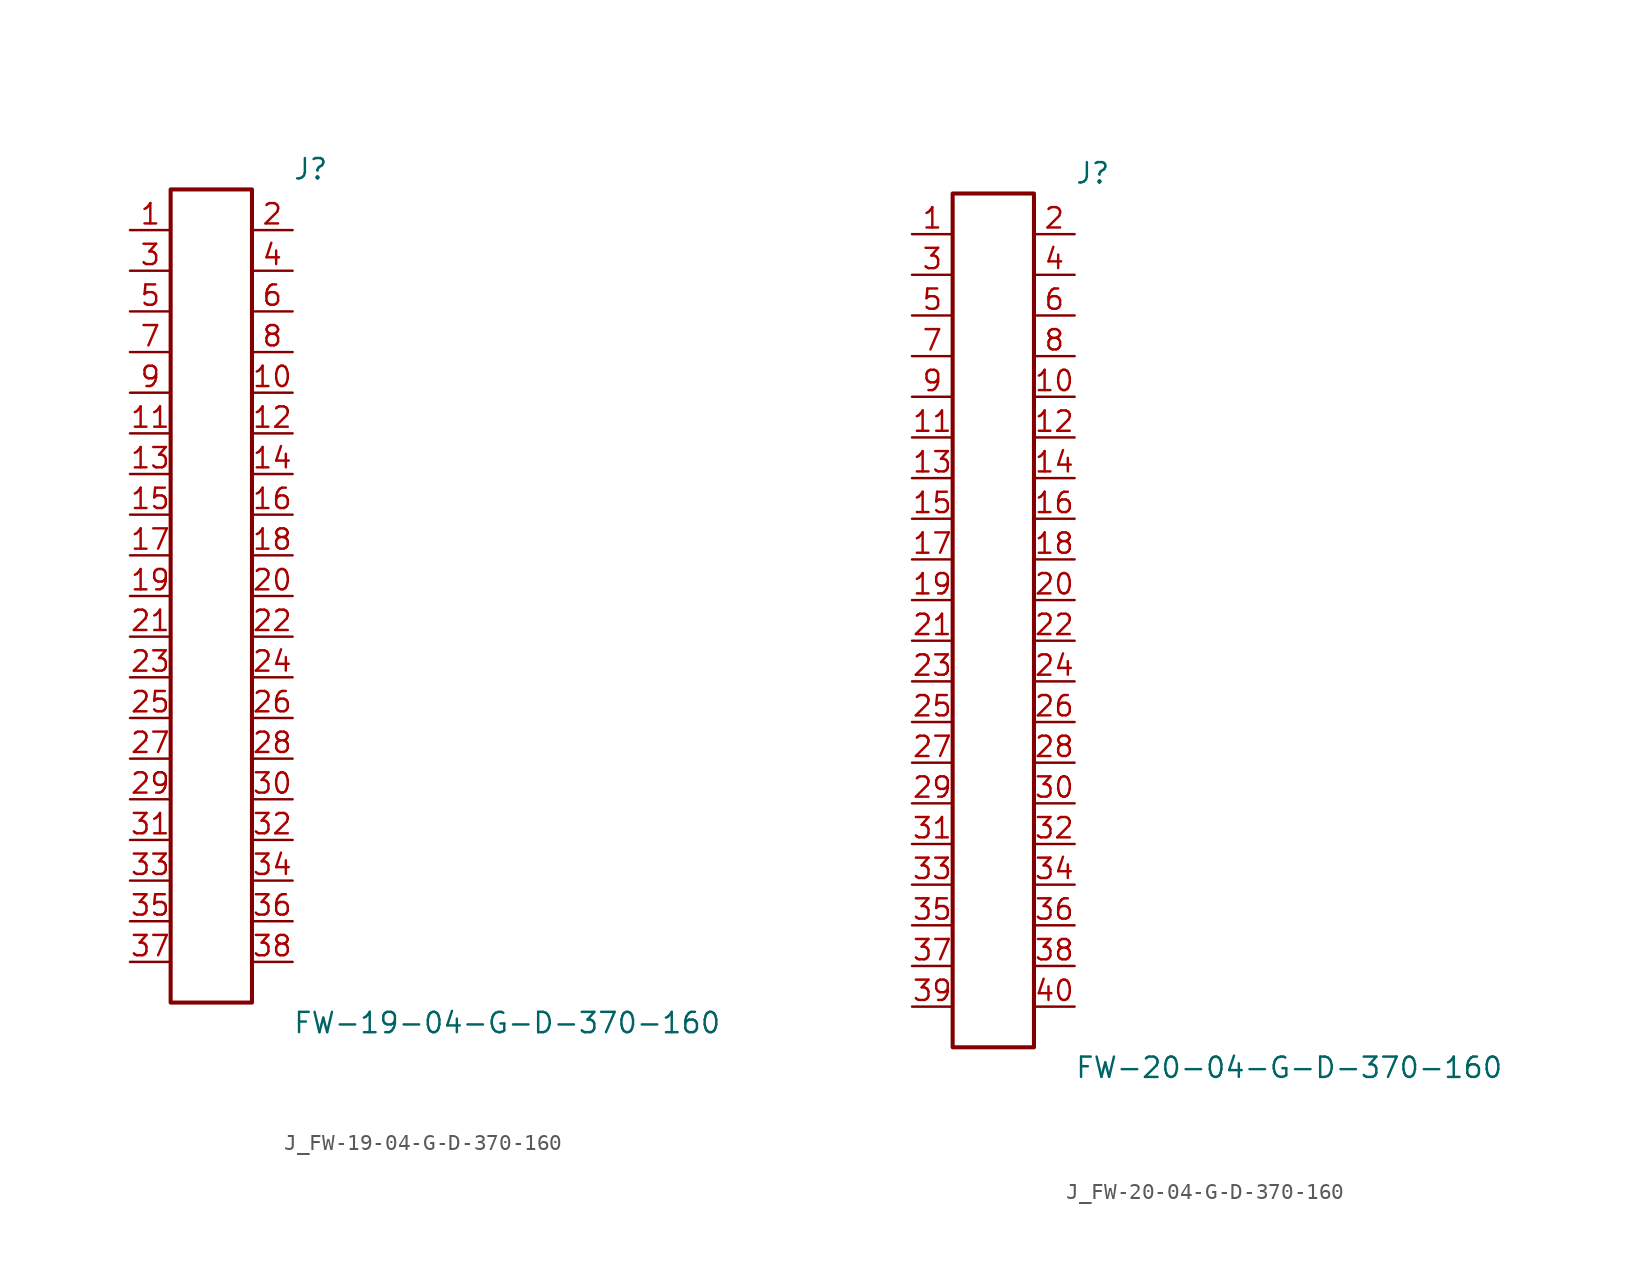
<source format=kicad_sym>
(kicad_symbol_lib
  (version 20231120)
  (generator kicad_symbol_editor)
  (generator_version 8.0)
  (symbol "J_FW-19-04-G-D-370-160"
    (pin_names
      (offset 0.254))
    (property "Reference" "J"
      (at 5.08 26.67 0)
      (effects (font (size 1.27 1.27)) (justify left)))
    (property "Value" "FW-19-04-G-D-370-160"
      (at 5.08 -26.67 0)
      (effects (font (size 1.27 1.27)) (justify left)))
    (symbol "J_FW-19-04-G-D-370-160_0_0"
      (pin unspecified line (at -5.08 22.86 0) (length 2.54) (name "" (effects (font (size 1.27 1.27)))) (number "1" (effects (font (size 1.27 1.27)))))
      (pin unspecified line (at 5.08 22.86 180) (length 2.54) (name "" (effects (font (size 1.27 1.27)))) (number "2" (effects (font (size 1.27 1.27)))))
      (pin unspecified line (at -5.08 20.32 0) (length 2.54) (name "" (effects (font (size 1.27 1.27)))) (number "3" (effects (font (size 1.27 1.27)))))
      (pin unspecified line (at 5.08 20.32 180) (length 2.54) (name "" (effects (font (size 1.27 1.27)))) (number "4" (effects (font (size 1.27 1.27)))))
      (pin unspecified line (at -5.08 17.78 0) (length 2.54) (name "" (effects (font (size 1.27 1.27)))) (number "5" (effects (font (size 1.27 1.27)))))
      (pin unspecified line (at 5.08 17.78 180) (length 2.54) (name "" (effects (font (size 1.27 1.27)))) (number "6" (effects (font (size 1.27 1.27)))))
      (pin unspecified line (at -5.08 15.24 0) (length 2.54) (name "" (effects (font (size 1.27 1.27)))) (number "7" (effects (font (size 1.27 1.27)))))
      (pin unspecified line (at 5.08 15.24 180) (length 2.54) (name "" (effects (font (size 1.27 1.27)))) (number "8" (effects (font (size 1.27 1.27)))))
      (pin unspecified line (at -5.08 12.7 0) (length 2.54) (name "" (effects (font (size 1.27 1.27)))) (number "9" (effects (font (size 1.27 1.27)))))
      (pin unspecified line (at 5.08 12.7 180) (length 2.54) (name "" (effects (font (size 1.27 1.27)))) (number "10" (effects (font (size 1.27 1.27)))))
      (pin unspecified line (at -5.08 10.16 0) (length 2.54) (name "" (effects (font (size 1.27 1.27)))) (number "11" (effects (font (size 1.27 1.27)))))
      (pin unspecified line (at 5.08 10.16 180) (length 2.54) (name "" (effects (font (size 1.27 1.27)))) (number "12" (effects (font (size 1.27 1.27)))))
      (pin unspecified line (at -5.08 7.62 0) (length 2.54) (name "" (effects (font (size 1.27 1.27)))) (number "13" (effects (font (size 1.27 1.27)))))
      (pin unspecified line (at 5.08 7.62 180) (length 2.54) (name "" (effects (font (size 1.27 1.27)))) (number "14" (effects (font (size 1.27 1.27)))))
      (pin unspecified line (at -5.08 5.08 0) (length 2.54) (name "" (effects (font (size 1.27 1.27)))) (number "15" (effects (font (size 1.27 1.27)))))
      (pin unspecified line (at 5.08 5.08 180) (length 2.54) (name "" (effects (font (size 1.27 1.27)))) (number "16" (effects (font (size 1.27 1.27)))))
      (pin unspecified line (at -5.08 2.54 0) (length 2.54) (name "" (effects (font (size 1.27 1.27)))) (number "17" (effects (font (size 1.27 1.27)))))
      (pin unspecified line (at 5.08 2.54 180) (length 2.54) (name "" (effects (font (size 1.27 1.27)))) (number "18" (effects (font (size 1.27 1.27)))))
      (pin unspecified line (at -5.08 0.0 0) (length 2.54) (name "" (effects (font (size 1.27 1.27)))) (number "19" (effects (font (size 1.27 1.27)))))
      (pin unspecified line (at 5.08 0.0 180) (length 2.54) (name "" (effects (font (size 1.27 1.27)))) (number "20" (effects (font (size 1.27 1.27)))))
      (pin unspecified line (at -5.08 -2.54 0) (length 2.54) (name "" (effects (font (size 1.27 1.27)))) (number "21" (effects (font (size 1.27 1.27)))))
      (pin unspecified line (at 5.08 -2.54 180) (length 2.54) (name "" (effects (font (size 1.27 1.27)))) (number "22" (effects (font (size 1.27 1.27)))))
      (pin unspecified line (at -5.08 -5.08 0) (length 2.54) (name "" (effects (font (size 1.27 1.27)))) (number "23" (effects (font (size 1.27 1.27)))))
      (pin unspecified line (at 5.08 -5.08 180) (length 2.54) (name "" (effects (font (size 1.27 1.27)))) (number "24" (effects (font (size 1.27 1.27)))))
      (pin unspecified line (at -5.08 -7.62 0) (length 2.54) (name "" (effects (font (size 1.27 1.27)))) (number "25" (effects (font (size 1.27 1.27)))))
      (pin unspecified line (at 5.08 -7.62 180) (length 2.54) (name "" (effects (font (size 1.27 1.27)))) (number "26" (effects (font (size 1.27 1.27)))))
      (pin unspecified line (at -5.08 -10.16 0) (length 2.54) (name "" (effects (font (size 1.27 1.27)))) (number "27" (effects (font (size 1.27 1.27)))))
      (pin unspecified line (at 5.08 -10.16 180) (length 2.54) (name "" (effects (font (size 1.27 1.27)))) (number "28" (effects (font (size 1.27 1.27)))))
      (pin unspecified line (at -5.08 -12.7 0) (length 2.54) (name "" (effects (font (size 1.27 1.27)))) (number "29" (effects (font (size 1.27 1.27)))))
      (pin unspecified line (at 5.08 -12.7 180) (length 2.54) (name "" (effects (font (size 1.27 1.27)))) (number "30" (effects (font (size 1.27 1.27)))))
      (pin unspecified line (at -5.08 -15.24 0) (length 2.54) (name "" (effects (font (size 1.27 1.27)))) (number "31" (effects (font (size 1.27 1.27)))))
      (pin unspecified line (at 5.08 -15.24 180) (length 2.54) (name "" (effects (font (size 1.27 1.27)))) (number "32" (effects (font (size 1.27 1.27)))))
      (pin unspecified line (at -5.08 -17.78 0) (length 2.54) (name "" (effects (font (size 1.27 1.27)))) (number "33" (effects (font (size 1.27 1.27)))))
      (pin unspecified line (at 5.08 -17.78 180) (length 2.54) (name "" (effects (font (size 1.27 1.27)))) (number "34" (effects (font (size 1.27 1.27)))))
      (pin unspecified line (at -5.08 -20.32 0) (length 2.54) (name "" (effects (font (size 1.27 1.27)))) (number "35" (effects (font (size 1.27 1.27)))))
      (pin unspecified line (at 5.08 -20.32 180) (length 2.54) (name "" (effects (font (size 1.27 1.27)))) (number "36" (effects (font (size 1.27 1.27)))))
      (pin unspecified line (at -5.08 -22.86 0) (length 2.54) (name "" (effects (font (size 1.27 1.27)))) (number "37" (effects (font (size 1.27 1.27)))))
      (pin unspecified line (at 5.08 -22.86 180) (length 2.54) (name "" (effects (font (size 1.27 1.27)))) (number "38" (effects (font (size 1.27 1.27))))))
    (symbol "J_FW-19-04-G-D-370-160_1_0"
      (rectangle (start -2.54 25.4) (end 2.54 -25.4) (stroke (width 0.254) (type solid)) (fill (type none)))))
  (symbol "J_FW-20-04-G-D-370-160"
    (pin_names
      (offset 0.254))
    (property "Reference" "J"
      (at 5.08 27.94 0)
      (effects (font (size 1.27 1.27)) (justify left)))
    (property "Value" "FW-20-04-G-D-370-160"
      (at 5.08 -27.94 0)
      (effects (font (size 1.27 1.27)) (justify left)))
    (symbol "J_FW-20-04-G-D-370-160_0_0"
      (pin unspecified line (at -5.08 24.13 0) (length 2.54) (name "" (effects (font (size 1.27 1.27)))) (number "1" (effects (font (size 1.27 1.27)))))
      (pin unspecified line (at 5.08 24.13 180) (length 2.54) (name "" (effects (font (size 1.27 1.27)))) (number "2" (effects (font (size 1.27 1.27)))))
      (pin unspecified line (at -5.08 21.59 0) (length 2.54) (name "" (effects (font (size 1.27 1.27)))) (number "3" (effects (font (size 1.27 1.27)))))
      (pin unspecified line (at 5.08 21.59 180) (length 2.54) (name "" (effects (font (size 1.27 1.27)))) (number "4" (effects (font (size 1.27 1.27)))))
      (pin unspecified line (at -5.08 19.05 0) (length 2.54) (name "" (effects (font (size 1.27 1.27)))) (number "5" (effects (font (size 1.27 1.27)))))
      (pin unspecified line (at 5.08 19.05 180) (length 2.54) (name "" (effects (font (size 1.27 1.27)))) (number "6" (effects (font (size 1.27 1.27)))))
      (pin unspecified line (at -5.08 16.51 0) (length 2.54) (name "" (effects (font (size 1.27 1.27)))) (number "7" (effects (font (size 1.27 1.27)))))
      (pin unspecified line (at 5.08 16.51 180) (length 2.54) (name "" (effects (font (size 1.27 1.27)))) (number "8" (effects (font (size 1.27 1.27)))))
      (pin unspecified line (at -5.08 13.97 0) (length 2.54) (name "" (effects (font (size 1.27 1.27)))) (number "9" (effects (font (size 1.27 1.27)))))
      (pin unspecified line (at 5.08 13.97 180) (length 2.54) (name "" (effects (font (size 1.27 1.27)))) (number "10" (effects (font (size 1.27 1.27)))))
      (pin unspecified line (at -5.08 11.43 0) (length 2.54) (name "" (effects (font (size 1.27 1.27)))) (number "11" (effects (font (size 1.27 1.27)))))
      (pin unspecified line (at 5.08 11.43 180) (length 2.54) (name "" (effects (font (size 1.27 1.27)))) (number "12" (effects (font (size 1.27 1.27)))))
      (pin unspecified line (at -5.08 8.89 0) (length 2.54) (name "" (effects (font (size 1.27 1.27)))) (number "13" (effects (font (size 1.27 1.27)))))
      (pin unspecified line (at 5.08 8.89 180) (length 2.54) (name "" (effects (font (size 1.27 1.27)))) (number "14" (effects (font (size 1.27 1.27)))))
      (pin unspecified line (at -5.08 6.35 0) (length 2.54) (name "" (effects (font (size 1.27 1.27)))) (number "15" (effects (font (size 1.27 1.27)))))
      (pin unspecified line (at 5.08 6.35 180) (length 2.54) (name "" (effects (font (size 1.27 1.27)))) (number "16" (effects (font (size 1.27 1.27)))))
      (pin unspecified line (at -5.08 3.81 0) (length 2.54) (name "" (effects (font (size 1.27 1.27)))) (number "17" (effects (font (size 1.27 1.27)))))
      (pin unspecified line (at 5.08 3.81 180) (length 2.54) (name "" (effects (font (size 1.27 1.27)))) (number "18" (effects (font (size 1.27 1.27)))))
      (pin unspecified line (at -5.08 1.27 0) (length 2.54) (name "" (effects (font (size 1.27 1.27)))) (number "19" (effects (font (size 1.27 1.27)))))
      (pin unspecified line (at 5.08 1.27 180) (length 2.54) (name "" (effects (font (size 1.27 1.27)))) (number "20" (effects (font (size 1.27 1.27)))))
      (pin unspecified line (at -5.08 -1.27 0) (length 2.54) (name "" (effects (font (size 1.27 1.27)))) (number "21" (effects (font (size 1.27 1.27)))))
      (pin unspecified line (at 5.08 -1.27 180) (length 2.54) (name "" (effects (font (size 1.27 1.27)))) (number "22" (effects (font (size 1.27 1.27)))))
      (pin unspecified line (at -5.08 -3.81 0) (length 2.54) (name "" (effects (font (size 1.27 1.27)))) (number "23" (effects (font (size 1.27 1.27)))))
      (pin unspecified line (at 5.08 -3.81 180) (length 2.54) (name "" (effects (font (size 1.27 1.27)))) (number "24" (effects (font (size 1.27 1.27)))))
      (pin unspecified line (at -5.08 -6.35 0) (length 2.54) (name "" (effects (font (size 1.27 1.27)))) (number "25" (effects (font (size 1.27 1.27)))))
      (pin unspecified line (at 5.08 -6.35 180) (length 2.54) (name "" (effects (font (size 1.27 1.27)))) (number "26" (effects (font (size 1.27 1.27)))))
      (pin unspecified line (at -5.08 -8.89 0) (length 2.54) (name "" (effects (font (size 1.27 1.27)))) (number "27" (effects (font (size 1.27 1.27)))))
      (pin unspecified line (at 5.08 -8.89 180) (length 2.54) (name "" (effects (font (size 1.27 1.27)))) (number "28" (effects (font (size 1.27 1.27)))))
      (pin unspecified line (at -5.08 -11.43 0) (length 2.54) (name "" (effects (font (size 1.27 1.27)))) (number "29" (effects (font (size 1.27 1.27)))))
      (pin unspecified line (at 5.08 -11.43 180) (length 2.54) (name "" (effects (font (size 1.27 1.27)))) (number "30" (effects (font (size 1.27 1.27)))))
      (pin unspecified line (at -5.08 -13.97 0) (length 2.54) (name "" (effects (font (size 1.27 1.27)))) (number "31" (effects (font (size 1.27 1.27)))))
      (pin unspecified line (at 5.08 -13.97 180) (length 2.54) (name "" (effects (font (size 1.27 1.27)))) (number "32" (effects (font (size 1.27 1.27)))))
      (pin unspecified line (at -5.08 -16.51 0) (length 2.54) (name "" (effects (font (size 1.27 1.27)))) (number "33" (effects (font (size 1.27 1.27)))))
      (pin unspecified line (at 5.08 -16.51 180) (length 2.54) (name "" (effects (font (size 1.27 1.27)))) (number "34" (effects (font (size 1.27 1.27)))))
      (pin unspecified line (at -5.08 -19.05 0) (length 2.54) (name "" (effects (font (size 1.27 1.27)))) (number "35" (effects (font (size 1.27 1.27)))))
      (pin unspecified line (at 5.08 -19.05 180) (length 2.54) (name "" (effects (font (size 1.27 1.27)))) (number "36" (effects (font (size 1.27 1.27)))))
      (pin unspecified line (at -5.08 -21.59 0) (length 2.54) (name "" (effects (font (size 1.27 1.27)))) (number "37" (effects (font (size 1.27 1.27)))))
      (pin unspecified line (at 5.08 -21.59 180) (length 2.54) (name "" (effects (font (size 1.27 1.27)))) (number "38" (effects (font (size 1.27 1.27)))))
      (pin unspecified line (at -5.08 -24.13 0) (length 2.54) (name "" (effects (font (size 1.27 1.27)))) (number "39" (effects (font (size 1.27 1.27)))))
      (pin unspecified line (at 5.08 -24.13 180) (length 2.54) (name "" (effects (font (size 1.27 1.27)))) (number "40" (effects (font (size 1.27 1.27))))))
    (symbol "J_FW-20-04-G-D-370-160_1_0"
      (rectangle (start -2.54 26.67) (end 2.54 -26.67) (stroke (width 0.254) (type solid)) (fill (type none))))))
</source>
